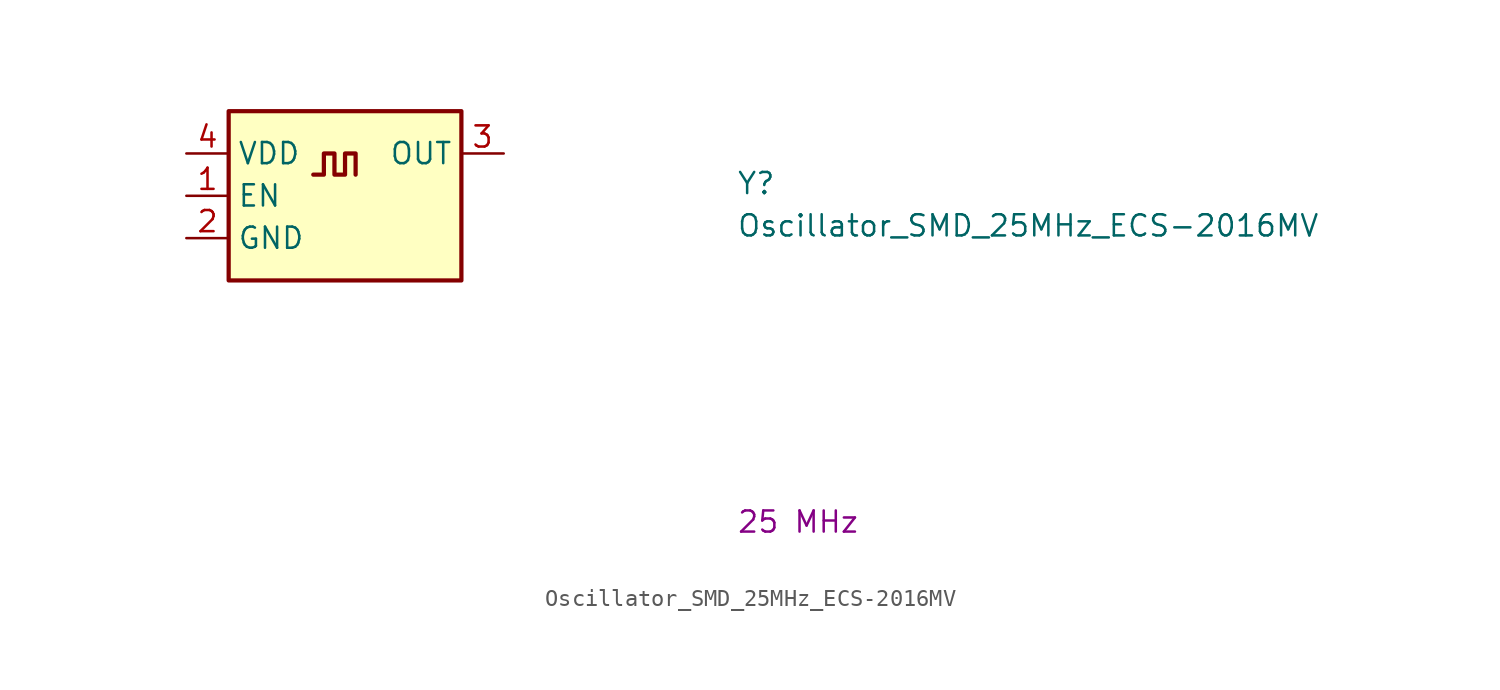
<source format=kicad_sym>
(kicad_symbol_lib
  (version 20211014)
  (generator kicad_symbol_editor)
  (symbol "Oscillator_SMD_25MHz_ECS-2016MV"
    (property "Reference" "Y"
      (at 33.02 -2.54 0)
      (effects (font (size 1.27 1.27) (thickness 0.15)) (justify left bottom)))
    (property "Value" "Oscillator_SMD_25MHz_ECS-2016MV"
      (at 33.02 -5.08 0)
      (effects (font (size 1.27 1.27) (thickness 0.15)) (justify left bottom)))
    (property "VAL" "25 MHz"
      (at 33.02 -22.86 0)
      (effects (font (size 1.27 1.27) (thickness 0.15)) (justify left bottom)))
    (symbol "Oscillator_SMD_25MHz_ECS-2016MV_1_1"
      (polyline (pts (xy 7.62 -1.27) (xy 8.255 -1.27) (xy 8.255 0) (xy 8.89 0) (xy 8.89 -1.27) (xy 9.525 -1.27) (xy 9.525 0) (xy 10.16 0) (xy 10.16 -1.27)) (stroke (width 0.254) (type default) (color 0 0 0 0)) (fill (type background)))
      (rectangle (start 2.54 2.54) (end 16.51 -7.62) (stroke (width 0.254) (type default) (color 0 0 0 0)) (fill (type background)))
      (pin input line (at 0 -2.54 0) (length 2.54) (name "EN" (effects (font (size 1.27 1.27)))) (number "1" (effects (font (size 1.27 1.27)))))
      (pin power_in line (at 0 -5.08 0) (length 2.54) (name "GND" (effects (font (size 1.27 1.27)))) (number "2" (effects (font (size 1.27 1.27)))))
      (pin output line (at 19.05 0 180) (length 2.54) (name "OUT" (effects (font (size 1.27 1.27)))) (number "3" (effects (font (size 1.27 1.27)))))
      (pin power_in line (at 0 0 0) (length 2.54) (name "VDD" (effects (font (size 1.27 1.27)))) (number "4" (effects (font (size 1.27 1.27))))))))
</source>
